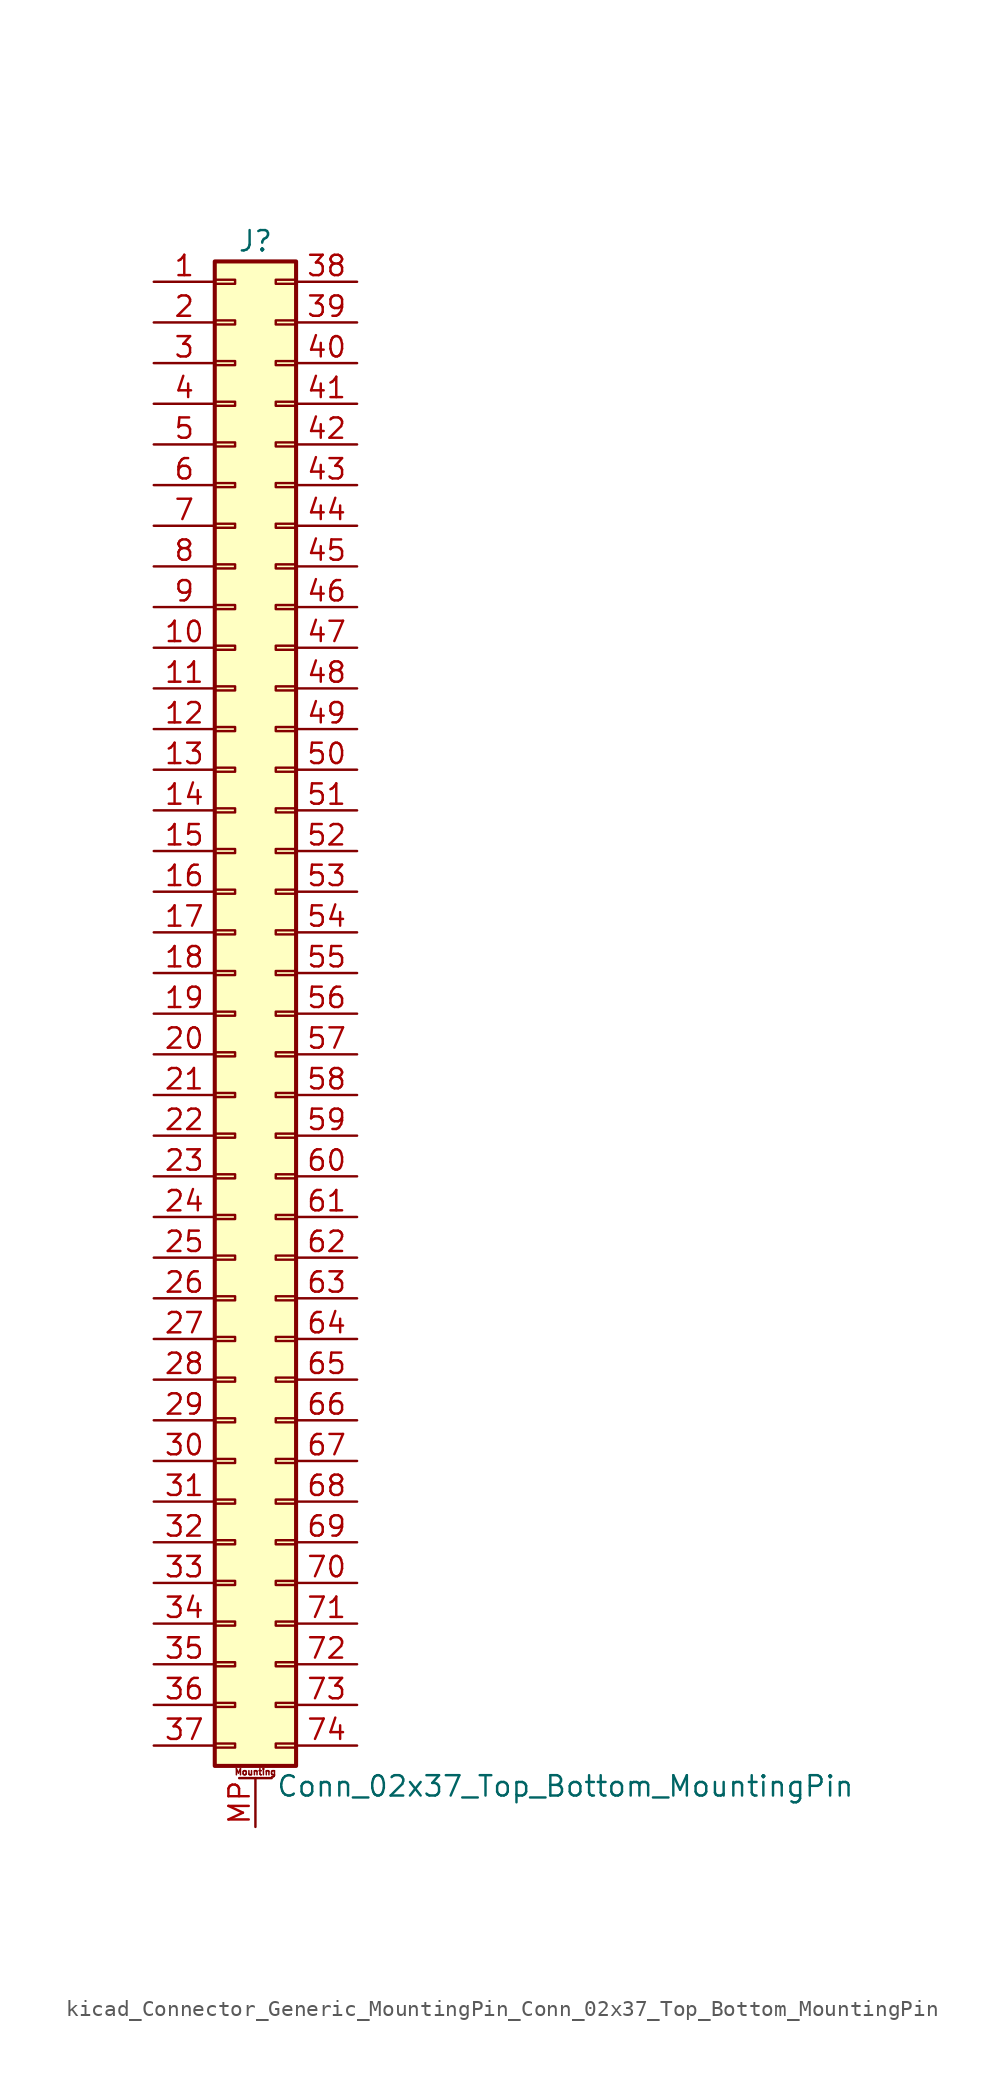
<source format=kicad_sym>
(kicad_symbol_lib
  (version 20220914)
  (generator kicad_symbol_editor)
  (symbol "kicad_Connector_Generic_MountingPin_Conn_02x37_Top_Bottom_MountingPin"
    (pin_names
      (offset 1.016) hide)
    (property "Reference" "J"
      (at 1.27 48.26 0)
      (effects (font (size 1.27 1.27))))
    (property "Value" "Conn_02x37_Top_Bottom_MountingPin"
      (at 2.54 -48.26 0)
      (effects (font (size 1.27 1.27)) (justify left)))
    (symbol "kicad_Connector_Generic_MountingPin_Conn_02x37_Top_Bottom_MountingPin_1_1"
      (rectangle (start -1.27 -45.593) (end 0 -45.847) (stroke (width 0.152) (type default)) (fill (type none)))
      (rectangle (start -1.27 -43.053) (end 0 -43.307) (stroke (width 0.152) (type default)) (fill (type none)))
      (rectangle (start -1.27 -40.513) (end 0 -40.767) (stroke (width 0.152) (type default)) (fill (type none)))
      (rectangle (start -1.27 -37.973) (end 0 -38.227) (stroke (width 0.152) (type default)) (fill (type none)))
      (rectangle (start -1.27 -35.433) (end 0 -35.687) (stroke (width 0.152) (type default)) (fill (type none)))
      (rectangle (start -1.27 -32.893) (end 0 -33.147) (stroke (width 0.152) (type default)) (fill (type none)))
      (rectangle (start -1.27 -30.353) (end 0 -30.607) (stroke (width 0.152) (type default)) (fill (type none)))
      (rectangle (start -1.27 -27.813) (end 0 -28.067) (stroke (width 0.152) (type default)) (fill (type none)))
      (rectangle (start -1.27 -25.273) (end 0 -25.527) (stroke (width 0.152) (type default)) (fill (type none)))
      (rectangle (start -1.27 -22.733) (end 0 -22.987) (stroke (width 0.152) (type default)) (fill (type none)))
      (rectangle (start -1.27 -20.193) (end 0 -20.447) (stroke (width 0.152) (type default)) (fill (type none)))
      (rectangle (start -1.27 -17.653) (end 0 -17.907) (stroke (width 0.152) (type default)) (fill (type none)))
      (rectangle (start -1.27 -15.113) (end 0 -15.367) (stroke (width 0.152) (type default)) (fill (type none)))
      (rectangle (start -1.27 -12.573) (end 0 -12.827) (stroke (width 0.152) (type default)) (fill (type none)))
      (rectangle (start -1.27 -10.033) (end 0 -10.287) (stroke (width 0.152) (type default)) (fill (type none)))
      (rectangle (start -1.27 -7.493) (end 0 -7.747) (stroke (width 0.152) (type default)) (fill (type none)))
      (rectangle (start -1.27 -4.953) (end 0 -5.207) (stroke (width 0.152) (type default)) (fill (type none)))
      (rectangle (start -1.27 -2.413) (end 0 -2.667) (stroke (width 0.152) (type default)) (fill (type none)))
      (rectangle (start -1.27 0.127) (end 0 -0.127) (stroke (width 0.152) (type default)) (fill (type none)))
      (rectangle (start -1.27 2.667) (end 0 2.413) (stroke (width 0.152) (type default)) (fill (type none)))
      (rectangle (start -1.27 5.207) (end 0 4.953) (stroke (width 0.152) (type default)) (fill (type none)))
      (rectangle (start -1.27 7.747) (end 0 7.493) (stroke (width 0.152) (type default)) (fill (type none)))
      (rectangle (start -1.27 10.287) (end 0 10.033) (stroke (width 0.152) (type default)) (fill (type none)))
      (rectangle (start -1.27 12.827) (end 0 12.573) (stroke (width 0.152) (type default)) (fill (type none)))
      (rectangle (start -1.27 15.367) (end 0 15.113) (stroke (width 0.152) (type default)) (fill (type none)))
      (rectangle (start -1.27 17.907) (end 0 17.653) (stroke (width 0.152) (type default)) (fill (type none)))
      (rectangle (start -1.27 20.447) (end 0 20.193) (stroke (width 0.152) (type default)) (fill (type none)))
      (rectangle (start -1.27 22.987) (end 0 22.733) (stroke (width 0.152) (type default)) (fill (type none)))
      (rectangle (start -1.27 25.527) (end 0 25.273) (stroke (width 0.152) (type default)) (fill (type none)))
      (rectangle (start -1.27 28.067) (end 0 27.813) (stroke (width 0.152) (type default)) (fill (type none)))
      (rectangle (start -1.27 30.607) (end 0 30.353) (stroke (width 0.152) (type default)) (fill (type none)))
      (rectangle (start -1.27 33.147) (end 0 32.893) (stroke (width 0.152) (type default)) (fill (type none)))
      (rectangle (start -1.27 35.687) (end 0 35.433) (stroke (width 0.152) (type default)) (fill (type none)))
      (rectangle (start -1.27 38.227) (end 0 37.973) (stroke (width 0.152) (type default)) (fill (type none)))
      (rectangle (start -1.27 40.767) (end 0 40.513) (stroke (width 0.152) (type default)) (fill (type none)))
      (rectangle (start -1.27 43.307) (end 0 43.053) (stroke (width 0.152) (type default)) (fill (type none)))
      (rectangle (start -1.27 45.847) (end 0 45.593) (stroke (width 0.152) (type default)) (fill (type none)))
      (rectangle (start -1.27 46.99) (end 3.81 -46.99) (stroke (width 0.254) (type default)) (fill (type background)))
      (polyline (pts (xy 0.254 -47.752) (xy 2.286 -47.752)) (stroke (width 0.152) (type default)) (fill (type none)))
      (rectangle (start 3.81 -45.593) (end 2.54 -45.847) (stroke (width 0.152) (type default)) (fill (type none)))
      (rectangle (start 3.81 -43.053) (end 2.54 -43.307) (stroke (width 0.152) (type default)) (fill (type none)))
      (rectangle (start 3.81 -40.513) (end 2.54 -40.767) (stroke (width 0.152) (type default)) (fill (type none)))
      (rectangle (start 3.81 -37.973) (end 2.54 -38.227) (stroke (width 0.152) (type default)) (fill (type none)))
      (rectangle (start 3.81 -35.433) (end 2.54 -35.687) (stroke (width 0.152) (type default)) (fill (type none)))
      (rectangle (start 3.81 -32.893) (end 2.54 -33.147) (stroke (width 0.152) (type default)) (fill (type none)))
      (rectangle (start 3.81 -30.353) (end 2.54 -30.607) (stroke (width 0.152) (type default)) (fill (type none)))
      (rectangle (start 3.81 -27.813) (end 2.54 -28.067) (stroke (width 0.152) (type default)) (fill (type none)))
      (rectangle (start 3.81 -25.273) (end 2.54 -25.527) (stroke (width 0.152) (type default)) (fill (type none)))
      (rectangle (start 3.81 -22.733) (end 2.54 -22.987) (stroke (width 0.152) (type default)) (fill (type none)))
      (rectangle (start 3.81 -20.193) (end 2.54 -20.447) (stroke (width 0.152) (type default)) (fill (type none)))
      (rectangle (start 3.81 -17.653) (end 2.54 -17.907) (stroke (width 0.152) (type default)) (fill (type none)))
      (rectangle (start 3.81 -15.113) (end 2.54 -15.367) (stroke (width 0.152) (type default)) (fill (type none)))
      (rectangle (start 3.81 -12.573) (end 2.54 -12.827) (stroke (width 0.152) (type default)) (fill (type none)))
      (rectangle (start 3.81 -10.033) (end 2.54 -10.287) (stroke (width 0.152) (type default)) (fill (type none)))
      (rectangle (start 3.81 -7.493) (end 2.54 -7.747) (stroke (width 0.152) (type default)) (fill (type none)))
      (rectangle (start 3.81 -4.953) (end 2.54 -5.207) (stroke (width 0.152) (type default)) (fill (type none)))
      (rectangle (start 3.81 -2.413) (end 2.54 -2.667) (stroke (width 0.152) (type default)) (fill (type none)))
      (rectangle (start 3.81 0.127) (end 2.54 -0.127) (stroke (width 0.152) (type default)) (fill (type none)))
      (rectangle (start 3.81 2.667) (end 2.54 2.413) (stroke (width 0.152) (type default)) (fill (type none)))
      (rectangle (start 3.81 5.207) (end 2.54 4.953) (stroke (width 0.152) (type default)) (fill (type none)))
      (rectangle (start 3.81 7.747) (end 2.54 7.493) (stroke (width 0.152) (type default)) (fill (type none)))
      (rectangle (start 3.81 10.287) (end 2.54 10.033) (stroke (width 0.152) (type default)) (fill (type none)))
      (rectangle (start 3.81 12.827) (end 2.54 12.573) (stroke (width 0.152) (type default)) (fill (type none)))
      (rectangle (start 3.81 15.367) (end 2.54 15.113) (stroke (width 0.152) (type default)) (fill (type none)))
      (rectangle (start 3.81 17.907) (end 2.54 17.653) (stroke (width 0.152) (type default)) (fill (type none)))
      (rectangle (start 3.81 20.447) (end 2.54 20.193) (stroke (width 0.152) (type default)) (fill (type none)))
      (rectangle (start 3.81 22.987) (end 2.54 22.733) (stroke (width 0.152) (type default)) (fill (type none)))
      (rectangle (start 3.81 25.527) (end 2.54 25.273) (stroke (width 0.152) (type default)) (fill (type none)))
      (rectangle (start 3.81 28.067) (end 2.54 27.813) (stroke (width 0.152) (type default)) (fill (type none)))
      (rectangle (start 3.81 30.607) (end 2.54 30.353) (stroke (width 0.152) (type default)) (fill (type none)))
      (rectangle (start 3.81 33.147) (end 2.54 32.893) (stroke (width 0.152) (type default)) (fill (type none)))
      (rectangle (start 3.81 35.687) (end 2.54 35.433) (stroke (width 0.152) (type default)) (fill (type none)))
      (rectangle (start 3.81 38.227) (end 2.54 37.973) (stroke (width 0.152) (type default)) (fill (type none)))
      (rectangle (start 3.81 40.767) (end 2.54 40.513) (stroke (width 0.152) (type default)) (fill (type none)))
      (rectangle (start 3.81 43.307) (end 2.54 43.053) (stroke (width 0.152) (type default)) (fill (type none)))
      (rectangle (start 3.81 45.847) (end 2.54 45.593) (stroke (width 0.152) (type default)) (fill (type none)))
      (text "Mounting" (at 1.27 -47.371 0) (effects (font (size 0.381 0.381))))
      (pin passive line (at -5.08 45.72 0) (length 3.81) (name "Pin_1" (effects (font (size 1.27 1.27)))) (number "1" (effects (font (size 1.27 1.27)))))
      (pin passive line (at -5.08 22.86 0) (length 3.81) (name "Pin_10" (effects (font (size 1.27 1.27)))) (number "10" (effects (font (size 1.27 1.27)))))
      (pin passive line (at -5.08 20.32 0) (length 3.81) (name "Pin_11" (effects (font (size 1.27 1.27)))) (number "11" (effects (font (size 1.27 1.27)))))
      (pin passive line (at -5.08 17.78 0) (length 3.81) (name "Pin_12" (effects (font (size 1.27 1.27)))) (number "12" (effects (font (size 1.27 1.27)))))
      (pin passive line (at -5.08 15.24 0) (length 3.81) (name "Pin_13" (effects (font (size 1.27 1.27)))) (number "13" (effects (font (size 1.27 1.27)))))
      (pin passive line (at -5.08 12.7 0) (length 3.81) (name "Pin_14" (effects (font (size 1.27 1.27)))) (number "14" (effects (font (size 1.27 1.27)))))
      (pin passive line (at -5.08 10.16 0) (length 3.81) (name "Pin_15" (effects (font (size 1.27 1.27)))) (number "15" (effects (font (size 1.27 1.27)))))
      (pin passive line (at -5.08 7.62 0) (length 3.81) (name "Pin_16" (effects (font (size 1.27 1.27)))) (number "16" (effects (font (size 1.27 1.27)))))
      (pin passive line (at -5.08 5.08 0) (length 3.81) (name "Pin_17" (effects (font (size 1.27 1.27)))) (number "17" (effects (font (size 1.27 1.27)))))
      (pin passive line (at -5.08 2.54 0) (length 3.81) (name "Pin_18" (effects (font (size 1.27 1.27)))) (number "18" (effects (font (size 1.27 1.27)))))
      (pin passive line (at -5.08 0 0) (length 3.81) (name "Pin_19" (effects (font (size 1.27 1.27)))) (number "19" (effects (font (size 1.27 1.27)))))
      (pin passive line (at -5.08 43.18 0) (length 3.81) (name "Pin_2" (effects (font (size 1.27 1.27)))) (number "2" (effects (font (size 1.27 1.27)))))
      (pin passive line (at -5.08 -2.54 0) (length 3.81) (name "Pin_20" (effects (font (size 1.27 1.27)))) (number "20" (effects (font (size 1.27 1.27)))))
      (pin passive line (at -5.08 -5.08 0) (length 3.81) (name "Pin_21" (effects (font (size 1.27 1.27)))) (number "21" (effects (font (size 1.27 1.27)))))
      (pin passive line (at -5.08 -7.62 0) (length 3.81) (name "Pin_22" (effects (font (size 1.27 1.27)))) (number "22" (effects (font (size 1.27 1.27)))))
      (pin passive line (at -5.08 -10.16 0) (length 3.81) (name "Pin_23" (effects (font (size 1.27 1.27)))) (number "23" (effects (font (size 1.27 1.27)))))
      (pin passive line (at -5.08 -12.7 0) (length 3.81) (name "Pin_24" (effects (font (size 1.27 1.27)))) (number "24" (effects (font (size 1.27 1.27)))))
      (pin passive line (at -5.08 -15.24 0) (length 3.81) (name "Pin_25" (effects (font (size 1.27 1.27)))) (number "25" (effects (font (size 1.27 1.27)))))
      (pin passive line (at -5.08 -17.78 0) (length 3.81) (name "Pin_26" (effects (font (size 1.27 1.27)))) (number "26" (effects (font (size 1.27 1.27)))))
      (pin passive line (at -5.08 -20.32 0) (length 3.81) (name "Pin_27" (effects (font (size 1.27 1.27)))) (number "27" (effects (font (size 1.27 1.27)))))
      (pin passive line (at -5.08 -22.86 0) (length 3.81) (name "Pin_28" (effects (font (size 1.27 1.27)))) (number "28" (effects (font (size 1.27 1.27)))))
      (pin passive line (at -5.08 -25.4 0) (length 3.81) (name "Pin_29" (effects (font (size 1.27 1.27)))) (number "29" (effects (font (size 1.27 1.27)))))
      (pin passive line (at -5.08 40.64 0) (length 3.81) (name "Pin_3" (effects (font (size 1.27 1.27)))) (number "3" (effects (font (size 1.27 1.27)))))
      (pin passive line (at -5.08 -27.94 0) (length 3.81) (name "Pin_30" (effects (font (size 1.27 1.27)))) (number "30" (effects (font (size 1.27 1.27)))))
      (pin passive line (at -5.08 -30.48 0) (length 3.81) (name "Pin_31" (effects (font (size 1.27 1.27)))) (number "31" (effects (font (size 1.27 1.27)))))
      (pin passive line (at -5.08 -33.02 0) (length 3.81) (name "Pin_32" (effects (font (size 1.27 1.27)))) (number "32" (effects (font (size 1.27 1.27)))))
      (pin passive line (at -5.08 -35.56 0) (length 3.81) (name "Pin_33" (effects (font (size 1.27 1.27)))) (number "33" (effects (font (size 1.27 1.27)))))
      (pin passive line (at -5.08 -38.1 0) (length 3.81) (name "Pin_34" (effects (font (size 1.27 1.27)))) (number "34" (effects (font (size 1.27 1.27)))))
      (pin passive line (at -5.08 -40.64 0) (length 3.81) (name "Pin_35" (effects (font (size 1.27 1.27)))) (number "35" (effects (font (size 1.27 1.27)))))
      (pin passive line (at -5.08 -43.18 0) (length 3.81) (name "Pin_36" (effects (font (size 1.27 1.27)))) (number "36" (effects (font (size 1.27 1.27)))))
      (pin passive line (at -5.08 -45.72 0) (length 3.81) (name "Pin_37" (effects (font (size 1.27 1.27)))) (number "37" (effects (font (size 1.27 1.27)))))
      (pin passive line (at 7.62 45.72 180) (length 3.81) (name "Pin_38" (effects (font (size 1.27 1.27)))) (number "38" (effects (font (size 1.27 1.27)))))
      (pin passive line (at 7.62 43.18 180) (length 3.81) (name "Pin_39" (effects (font (size 1.27 1.27)))) (number "39" (effects (font (size 1.27 1.27)))))
      (pin passive line (at -5.08 38.1 0) (length 3.81) (name "Pin_4" (effects (font (size 1.27 1.27)))) (number "4" (effects (font (size 1.27 1.27)))))
      (pin passive line (at 7.62 40.64 180) (length 3.81) (name "Pin_40" (effects (font (size 1.27 1.27)))) (number "40" (effects (font (size 1.27 1.27)))))
      (pin passive line (at 7.62 38.1 180) (length 3.81) (name "Pin_41" (effects (font (size 1.27 1.27)))) (number "41" (effects (font (size 1.27 1.27)))))
      (pin passive line (at 7.62 35.56 180) (length 3.81) (name "Pin_42" (effects (font (size 1.27 1.27)))) (number "42" (effects (font (size 1.27 1.27)))))
      (pin passive line (at 7.62 33.02 180) (length 3.81) (name "Pin_43" (effects (font (size 1.27 1.27)))) (number "43" (effects (font (size 1.27 1.27)))))
      (pin passive line (at 7.62 30.48 180) (length 3.81) (name "Pin_44" (effects (font (size 1.27 1.27)))) (number "44" (effects (font (size 1.27 1.27)))))
      (pin passive line (at 7.62 27.94 180) (length 3.81) (name "Pin_45" (effects (font (size 1.27 1.27)))) (number "45" (effects (font (size 1.27 1.27)))))
      (pin passive line (at 7.62 25.4 180) (length 3.81) (name "Pin_46" (effects (font (size 1.27 1.27)))) (number "46" (effects (font (size 1.27 1.27)))))
      (pin passive line (at 7.62 22.86 180) (length 3.81) (name "Pin_47" (effects (font (size 1.27 1.27)))) (number "47" (effects (font (size 1.27 1.27)))))
      (pin passive line (at 7.62 20.32 180) (length 3.81) (name "Pin_48" (effects (font (size 1.27 1.27)))) (number "48" (effects (font (size 1.27 1.27)))))
      (pin passive line (at 7.62 17.78 180) (length 3.81) (name "Pin_49" (effects (font (size 1.27 1.27)))) (number "49" (effects (font (size 1.27 1.27)))))
      (pin passive line (at -5.08 35.56 0) (length 3.81) (name "Pin_5" (effects (font (size 1.27 1.27)))) (number "5" (effects (font (size 1.27 1.27)))))
      (pin passive line (at 7.62 15.24 180) (length 3.81) (name "Pin_50" (effects (font (size 1.27 1.27)))) (number "50" (effects (font (size 1.27 1.27)))))
      (pin passive line (at 7.62 12.7 180) (length 3.81) (name "Pin_51" (effects (font (size 1.27 1.27)))) (number "51" (effects (font (size 1.27 1.27)))))
      (pin passive line (at 7.62 10.16 180) (length 3.81) (name "Pin_52" (effects (font (size 1.27 1.27)))) (number "52" (effects (font (size 1.27 1.27)))))
      (pin passive line (at 7.62 7.62 180) (length 3.81) (name "Pin_53" (effects (font (size 1.27 1.27)))) (number "53" (effects (font (size 1.27 1.27)))))
      (pin passive line (at 7.62 5.08 180) (length 3.81) (name "Pin_54" (effects (font (size 1.27 1.27)))) (number "54" (effects (font (size 1.27 1.27)))))
      (pin passive line (at 7.62 2.54 180) (length 3.81) (name "Pin_55" (effects (font (size 1.27 1.27)))) (number "55" (effects (font (size 1.27 1.27)))))
      (pin passive line (at 7.62 0 180) (length 3.81) (name "Pin_56" (effects (font (size 1.27 1.27)))) (number "56" (effects (font (size 1.27 1.27)))))
      (pin passive line (at 7.62 -2.54 180) (length 3.81) (name "Pin_57" (effects (font (size 1.27 1.27)))) (number "57" (effects (font (size 1.27 1.27)))))
      (pin passive line (at 7.62 -5.08 180) (length 3.81) (name "Pin_58" (effects (font (size 1.27 1.27)))) (number "58" (effects (font (size 1.27 1.27)))))
      (pin passive line (at 7.62 -7.62 180) (length 3.81) (name "Pin_59" (effects (font (size 1.27 1.27)))) (number "59" (effects (font (size 1.27 1.27)))))
      (pin passive line (at -5.08 33.02 0) (length 3.81) (name "Pin_6" (effects (font (size 1.27 1.27)))) (number "6" (effects (font (size 1.27 1.27)))))
      (pin passive line (at 7.62 -10.16 180) (length 3.81) (name "Pin_60" (effects (font (size 1.27 1.27)))) (number "60" (effects (font (size 1.27 1.27)))))
      (pin passive line (at 7.62 -12.7 180) (length 3.81) (name "Pin_61" (effects (font (size 1.27 1.27)))) (number "61" (effects (font (size 1.27 1.27)))))
      (pin passive line (at 7.62 -15.24 180) (length 3.81) (name "Pin_62" (effects (font (size 1.27 1.27)))) (number "62" (effects (font (size 1.27 1.27)))))
      (pin passive line (at 7.62 -17.78 180) (length 3.81) (name "Pin_63" (effects (font (size 1.27 1.27)))) (number "63" (effects (font (size 1.27 1.27)))))
      (pin passive line (at 7.62 -20.32 180) (length 3.81) (name "Pin_64" (effects (font (size 1.27 1.27)))) (number "64" (effects (font (size 1.27 1.27)))))
      (pin passive line (at 7.62 -22.86 180) (length 3.81) (name "Pin_65" (effects (font (size 1.27 1.27)))) (number "65" (effects (font (size 1.27 1.27)))))
      (pin passive line (at 7.62 -25.4 180) (length 3.81) (name "Pin_66" (effects (font (size 1.27 1.27)))) (number "66" (effects (font (size 1.27 1.27)))))
      (pin passive line (at 7.62 -27.94 180) (length 3.81) (name "Pin_67" (effects (font (size 1.27 1.27)))) (number "67" (effects (font (size 1.27 1.27)))))
      (pin passive line (at 7.62 -30.48 180) (length 3.81) (name "Pin_68" (effects (font (size 1.27 1.27)))) (number "68" (effects (font (size 1.27 1.27)))))
      (pin passive line (at 7.62 -33.02 180) (length 3.81) (name "Pin_69" (effects (font (size 1.27 1.27)))) (number "69" (effects (font (size 1.27 1.27)))))
      (pin passive line (at -5.08 30.48 0) (length 3.81) (name "Pin_7" (effects (font (size 1.27 1.27)))) (number "7" (effects (font (size 1.27 1.27)))))
      (pin passive line (at 7.62 -35.56 180) (length 3.81) (name "Pin_70" (effects (font (size 1.27 1.27)))) (number "70" (effects (font (size 1.27 1.27)))))
      (pin passive line (at 7.62 -38.1 180) (length 3.81) (name "Pin_71" (effects (font (size 1.27 1.27)))) (number "71" (effects (font (size 1.27 1.27)))))
      (pin passive line (at 7.62 -40.64 180) (length 3.81) (name "Pin_72" (effects (font (size 1.27 1.27)))) (number "72" (effects (font (size 1.27 1.27)))))
      (pin passive line (at 7.62 -43.18 180) (length 3.81) (name "Pin_73" (effects (font (size 1.27 1.27)))) (number "73" (effects (font (size 1.27 1.27)))))
      (pin passive line (at 7.62 -45.72 180) (length 3.81) (name "Pin_74" (effects (font (size 1.27 1.27)))) (number "74" (effects (font (size 1.27 1.27)))))
      (pin passive line (at -5.08 27.94 0) (length 3.81) (name "Pin_8" (effects (font (size 1.27 1.27)))) (number "8" (effects (font (size 1.27 1.27)))))
      (pin passive line (at -5.08 25.4 0) (length 3.81) (name "Pin_9" (effects (font (size 1.27 1.27)))) (number "9" (effects (font (size 1.27 1.27)))))
      (pin passive line (at 1.27 -50.8 90) (length 3.048) (name "MountPin" (effects (font (size 1.27 1.27)))) (number "MP" (effects (font (size 1.27 1.27))))))))
</source>
